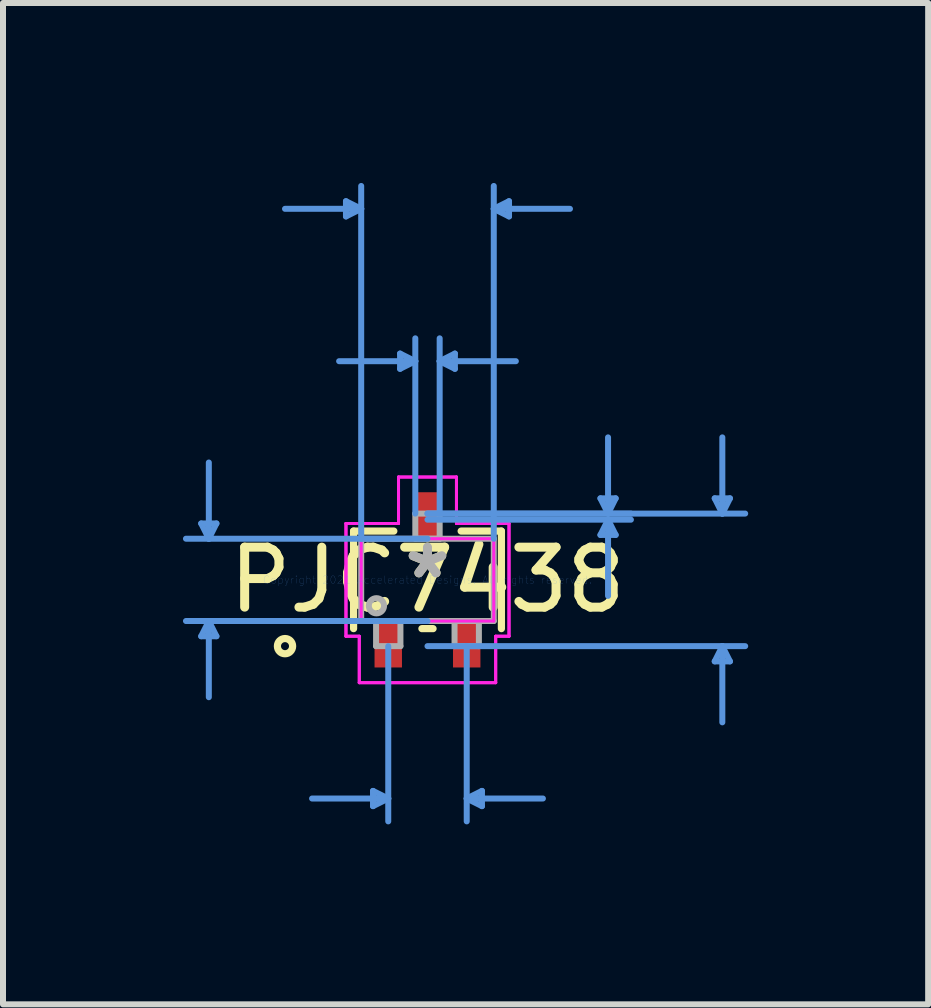
<source format=kicad_pcb>
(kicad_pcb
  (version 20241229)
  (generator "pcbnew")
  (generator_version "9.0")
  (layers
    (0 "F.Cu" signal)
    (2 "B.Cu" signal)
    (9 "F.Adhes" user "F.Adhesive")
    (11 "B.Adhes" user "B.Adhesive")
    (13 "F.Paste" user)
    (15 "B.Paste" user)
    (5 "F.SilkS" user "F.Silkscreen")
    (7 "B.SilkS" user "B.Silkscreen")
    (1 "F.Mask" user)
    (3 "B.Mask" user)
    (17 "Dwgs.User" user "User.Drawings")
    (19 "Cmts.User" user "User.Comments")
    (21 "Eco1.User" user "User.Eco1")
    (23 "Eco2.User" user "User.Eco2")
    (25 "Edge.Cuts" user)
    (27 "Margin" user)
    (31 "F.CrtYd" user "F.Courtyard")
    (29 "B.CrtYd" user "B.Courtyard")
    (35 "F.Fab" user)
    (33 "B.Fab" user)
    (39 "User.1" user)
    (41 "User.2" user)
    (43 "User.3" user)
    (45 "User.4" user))
  (footprint "PJC7438"
    (layer "F.Cu")
    (at 4.076 6.616)
    (property "Reference" "PJC7438" (at 0 0 0) (layer "F.SilkS") (effects (font (size 1 1) (thickness 0.15))))
    (attr through_hole)
    (fp_line (start -1.232 -0.813) (end -1.232 0.813) (stroke (width 0.12) (type solid)) (layer "F.SilkS"))
    (fp_line (start -0.561 -0.813) (end -1.232 -0.813) (stroke (width 0.12) (type solid)) (layer "F.SilkS"))
    (fp_line (start -0.093 0.813) (end 0.093 0.813) (stroke (width 0.12) (type solid)) (layer "F.SilkS"))
    (fp_line (start 1.232 -0.813) (end 0.561 -0.813) (stroke (width 0.12) (type solid)) (layer "F.SilkS"))
    (fp_line (start 1.232 0.813) (end 1.232 -0.813) (stroke (width 0.12) (type solid)) (layer "F.SilkS"))
    (fp_circle (center -2.375 1.105) (end -2.248 1.105) (stroke (width 0.12) (type solid)) (fill no) (layer "F.SilkS"))
    (fp_line (start -3.772 -0.94) (end -3.518 -0.94) (stroke (width 0.1) (type solid)) (layer "Cmts.User"))
    (fp_line (start -3.772 0.94) (end -3.518 0.94) (stroke (width 0.1) (type solid)) (layer "Cmts.User"))
    (fp_line (start -3.645 -0.686) (end -3.772 -0.94) (stroke (width 0.1) (type solid)) (layer "Cmts.User"))
    (fp_line (start -3.645 -0.686) (end -3.645 -1.956) (stroke (width 0.1) (type solid)) (layer "Cmts.User"))
    (fp_line (start -3.645 -0.686) (end -3.518 -0.94) (stroke (width 0.1) (type solid)) (layer "Cmts.User"))
    (fp_line (start -3.645 0.686) (end -3.772 0.94) (stroke (width 0.1) (type solid)) (layer "Cmts.User"))
    (fp_line (start -3.645 0.686) (end -3.645 1.956) (stroke (width 0.1) (type solid)) (layer "Cmts.User"))
    (fp_line (start -3.645 0.686) (end -3.518 0.94) (stroke (width 0.1) (type solid)) (layer "Cmts.User"))
    (fp_line (start -1.359 -6.312) (end -1.359 -6.058) (stroke (width 0.1) (type solid)) (layer "Cmts.User"))
    (fp_line (start -1.105 -6.185) (end -2.375 -6.185) (stroke (width 0.1) (type solid)) (layer "Cmts.User"))
    (fp_line (start -1.105 -6.185) (end -1.359 -6.312) (stroke (width 0.1) (type solid)) (layer "Cmts.User"))
    (fp_line (start -1.105 -6.185) (end -1.359 -6.058) (stroke (width 0.1) (type solid)) (layer "Cmts.User"))
    (fp_line (start -1.105 -0.686) (end -1.105 -6.566) (stroke (width 0.1) (type solid)) (layer "Cmts.User"))
    (fp_line (start -0.908 3.518) (end -0.908 3.772) (stroke (width 0.1) (type solid)) (layer "Cmts.User"))
    (fp_line (start -0.654 1.105) (end -0.654 4.026) (stroke (width 0.1) (type solid)) (layer "Cmts.User"))
    (fp_line (start -0.654 3.645) (end -1.924 3.645) (stroke (width 0.1) (type solid)) (layer "Cmts.User"))
    (fp_line (start -0.654 3.645) (end -0.908 3.518) (stroke (width 0.1) (type solid)) (layer "Cmts.User"))
    (fp_line (start -0.654 3.645) (end -0.908 3.772) (stroke (width 0.1) (type solid)) (layer "Cmts.User"))
    (fp_line (start -0.457 -3.772) (end -0.457 -3.518) (stroke (width 0.1) (type solid)) (layer "Cmts.User"))
    (fp_line (start -0.203 -3.645) (end -1.473 -3.645) (stroke (width 0.1) (type solid)) (layer "Cmts.User"))
    (fp_line (start -0.203 -3.645) (end -0.457 -3.772) (stroke (width 0.1) (type solid)) (layer "Cmts.User"))
    (fp_line (start -0.203 -3.645) (end -0.457 -3.518) (stroke (width 0.1) (type solid)) (layer "Cmts.User"))
    (fp_line (start -0.203 -1.105) (end -0.203 -4.026) (stroke (width 0.1) (type solid)) (layer "Cmts.User"))
    (fp_line (start 0 -1.105) (end 3.391 -1.105) (stroke (width 0.1) (type solid)) (layer "Cmts.User"))
    (fp_line (start 0 -1.105) (end 5.296 -1.105) (stroke (width 0.1) (type solid)) (layer "Cmts.User"))
    (fp_line (start 0 -1.003) (end 3.391 -1.003) (stroke (width 0.1) (type solid)) (layer "Cmts.User"))
    (fp_line (start 0 -0.686) (end -4.026 -0.686) (stroke (width 0.1) (type solid)) (layer "Cmts.User"))
    (fp_line (start 0 0.686) (end -4.026 0.686) (stroke (width 0.1) (type solid)) (layer "Cmts.User"))
    (fp_line (start 0 1.105) (end 5.296 1.105) (stroke (width 0.1) (type solid)) (layer "Cmts.User"))
    (fp_line (start 0.203 -3.645) (end 0.457 -3.772) (stroke (width 0.1) (type solid)) (layer "Cmts.User"))
    (fp_line (start 0.203 -3.645) (end 0.457 -3.518) (stroke (width 0.1) (type solid)) (layer "Cmts.User"))
    (fp_line (start 0.203 -3.645) (end 1.473 -3.645) (stroke (width 0.1) (type solid)) (layer "Cmts.User"))
    (fp_line (start 0.203 -1.105) (end 0.203 -4.026) (stroke (width 0.1) (type solid)) (layer "Cmts.User"))
    (fp_line (start 0.457 -3.772) (end 0.457 -3.518) (stroke (width 0.1) (type solid)) (layer "Cmts.User"))
    (fp_line (start 0.654 1.105) (end 0.654 4.026) (stroke (width 0.1) (type solid)) (layer "Cmts.User"))
    (fp_line (start 0.654 3.645) (end 0.908 3.518) (stroke (width 0.1) (type solid)) (layer "Cmts.User"))
    (fp_line (start 0.654 3.645) (end 0.908 3.772) (stroke (width 0.1) (type solid)) (layer "Cmts.User"))
    (fp_line (start 0.654 3.645) (end 1.924 3.645) (stroke (width 0.1) (type solid)) (layer "Cmts.User"))
    (fp_line (start 0.908 3.518) (end 0.908 3.772) (stroke (width 0.1) (type solid)) (layer "Cmts.User"))
    (fp_line (start 1.105 -6.185) (end 1.359 -6.312) (stroke (width 0.1) (type solid)) (layer "Cmts.User"))
    (fp_line (start 1.105 -6.185) (end 1.359 -6.058) (stroke (width 0.1) (type solid)) (layer "Cmts.User"))
    (fp_line (start 1.105 -6.185) (end 2.375 -6.185) (stroke (width 0.1) (type solid)) (layer "Cmts.User"))
    (fp_line (start 1.105 -0.686) (end 1.105 -6.566) (stroke (width 0.1) (type solid)) (layer "Cmts.User"))
    (fp_line (start 1.359 -6.312) (end 1.359 -6.058) (stroke (width 0.1) (type solid)) (layer "Cmts.User"))
    (fp_line (start 2.883 -1.359) (end 3.137 -1.359) (stroke (width 0.1) (type solid)) (layer "Cmts.User"))
    (fp_line (start 2.883 -0.749) (end 3.137 -0.749) (stroke (width 0.1) (type solid)) (layer "Cmts.User"))
    (fp_line (start 3.01 -1.105) (end 2.883 -1.359) (stroke (width 0.1) (type solid)) (layer "Cmts.User"))
    (fp_line (start 3.01 -1.105) (end 3.01 -2.375) (stroke (width 0.1) (type solid)) (layer "Cmts.User"))
    (fp_line (start 3.01 -1.105) (end 3.137 -1.359) (stroke (width 0.1) (type solid)) (layer "Cmts.User"))
    (fp_line (start 3.01 -1.003) (end 2.883 -0.749) (stroke (width 0.1) (type solid)) (layer "Cmts.User"))
    (fp_line (start 3.01 -1.003) (end 3.01 0.267) (stroke (width 0.1) (type solid)) (layer "Cmts.User"))
    (fp_line (start 3.01 -1.003) (end 3.137 -0.749) (stroke (width 0.1) (type solid)) (layer "Cmts.User"))
    (fp_line (start 4.788 -1.359) (end 5.042 -1.359) (stroke (width 0.1) (type solid)) (layer "Cmts.User"))
    (fp_line (start 4.788 1.359) (end 5.042 1.359) (stroke (width 0.1) (type solid)) (layer "Cmts.User"))
    (fp_line (start 4.915 -1.105) (end 4.788 -1.359) (stroke (width 0.1) (type solid)) (layer "Cmts.User"))
    (fp_line (start 4.915 -1.105) (end 4.915 -2.375) (stroke (width 0.1) (type solid)) (layer "Cmts.User"))
    (fp_line (start 4.915 -1.105) (end 5.042 -1.359) (stroke (width 0.1) (type solid)) (layer "Cmts.User"))
    (fp_line (start 4.915 1.105) (end 4.788 1.359) (stroke (width 0.1) (type solid)) (layer "Cmts.User"))
    (fp_line (start 4.915 1.105) (end 4.915 2.375) (stroke (width 0.1) (type solid)) (layer "Cmts.User"))
    (fp_line (start 4.915 1.105) (end 5.042 1.359) (stroke (width 0.1) (type solid)) (layer "Cmts.User"))
    (fp_line (start -1.359 -0.94) (end -0.483 -0.94) (stroke (width 0.05) (type solid)) (layer "F.CrtYd"))
    (fp_line (start -1.359 -0.94) (end -0.483 -0.94) (stroke (width 0.05) (type solid)) (layer "F.CrtYd"))
    (fp_line (start -1.359 0.94) (end -1.359 -0.94) (stroke (width 0.05) (type solid)) (layer "F.CrtYd"))
    (fp_line (start -1.359 0.94) (end -1.359 -0.94) (stroke (width 0.05) (type solid)) (layer "F.CrtYd"))
    (fp_line (start -1.359 0.94) (end -1.137 0.94) (stroke (width 0.05) (type solid)) (layer "F.CrtYd"))
    (fp_line (start -1.137 0.94) (end -1.359 0.94) (stroke (width 0.05) (type solid)) (layer "F.CrtYd"))
    (fp_line (start -1.137 0.94) (end -1.137 1.714) (stroke (width 0.05) (type solid)) (layer "F.CrtYd"))
    (fp_line (start -1.137 1.714) (end -1.137 0.94) (stroke (width 0.05) (type solid)) (layer "F.CrtYd"))
    (fp_line (start -1.137 1.714) (end 1.137 1.714) (stroke (width 0.05) (type solid)) (layer "F.CrtYd"))
    (fp_line (start -1.105 -0.686) (end 1.105 -0.686) (stroke (width 0.05) (type solid)) (layer "F.CrtYd"))
    (fp_line (start -1.105 0.686) (end -1.105 -0.686) (stroke (width 0.05) (type solid)) (layer "F.CrtYd"))
    (fp_line (start -0.483 -1.714) (end 0.483 -1.714) (stroke (width 0.05) (type solid)) (layer "F.CrtYd"))
    (fp_line (start -0.483 -1.714) (end 0.483 -1.714) (stroke (width 0.05) (type solid)) (layer "F.CrtYd"))
    (fp_line (start -0.483 -0.94) (end -0.483 -1.714) (stroke (width 0.05) (type solid)) (layer "F.CrtYd"))
    (fp_line (start -0.483 -0.94) (end -0.483 -1.714) (stroke (width 0.05) (type solid)) (layer "F.CrtYd"))
    (fp_line (start 0.483 -1.714) (end 0.483 -0.94) (stroke (width 0.05) (type solid)) (layer "F.CrtYd"))
    (fp_line (start 0.483 -0.94) (end 0.483 -1.714) (stroke (width 0.05) (type solid)) (layer "F.CrtYd"))
    (fp_line (start 0.483 -0.94) (end 1.359 -0.94) (stroke (width 0.05) (type solid)) (layer "F.CrtYd"))
    (fp_line (start 1.105 -0.686) (end 1.105 0.686) (stroke (width 0.05) (type solid)) (layer "F.CrtYd"))
    (fp_line (start 1.105 0.686) (end -1.105 0.686) (stroke (width 0.05) (type solid)) (layer "F.CrtYd"))
    (fp_line (start 1.137 0.94) (end 1.137 1.714) (stroke (width 0.05) (type solid)) (layer "F.CrtYd"))
    (fp_line (start 1.137 0.94) (end 1.137 1.714) (stroke (width 0.05) (type solid)) (layer "F.CrtYd"))
    (fp_line (start 1.137 1.714) (end -1.137 1.714) (stroke (width 0.05) (type solid)) (layer "F.CrtYd"))
    (fp_line (start 1.359 -0.94) (end 0.483 -0.94) (stroke (width 0.05) (type solid)) (layer "F.CrtYd"))
    (fp_line (start 1.359 -0.94) (end 1.359 0.94) (stroke (width 0.05) (type solid)) (layer "F.CrtYd"))
    (fp_line (start 1.359 -0.94) (end 1.359 0.94) (stroke (width 0.05) (type solid)) (layer "F.CrtYd"))
    (fp_line (start 1.359 0.94) (end 1.137 0.94) (stroke (width 0.05) (type solid)) (layer "F.CrtYd"))
    (fp_line (start 1.359 0.94) (end 1.137 0.94) (stroke (width 0.05) (type solid)) (layer "F.CrtYd"))
    (fp_line (start -1.105 -0.686) (end -1.105 0.686) (stroke (width 0.1) (type solid)) (layer "F.Fab"))
    (fp_line (start -1.105 0.686) (end 1.105 0.686) (stroke (width 0.1) (type solid)) (layer "F.Fab"))
    (fp_line (start -0.857 0.686) (end -0.857 1.105) (stroke (width 0.1) (type solid)) (layer "F.Fab"))
    (fp_line (start -0.857 1.105) (end -0.451 1.105) (stroke (width 0.1) (type solid)) (layer "F.Fab"))
    (fp_line (start -0.451 0.686) (end -0.857 0.686) (stroke (width 0.1) (type solid)) (layer "F.Fab"))
    (fp_line (start -0.451 1.105) (end -0.451 0.686) (stroke (width 0.1) (type solid)) (layer "F.Fab"))
    (fp_line (start -0.203 -1.105) (end -0.203 -0.686) (stroke (width 0.1) (type solid)) (layer "F.Fab"))
    (fp_line (start -0.203 -0.686) (end 0.203 -0.686) (stroke (width 0.1) (type solid)) (layer "F.Fab"))
    (fp_line (start 0.203 -1.105) (end -0.203 -1.105) (stroke (width 0.1) (type solid)) (layer "F.Fab"))
    (fp_line (start 0.203 -0.686) (end 0.203 -1.105) (stroke (width 0.1) (type solid)) (layer "F.Fab"))
    (fp_line (start 0.451 0.686) (end 0.451 1.105) (stroke (width 0.1) (type solid)) (layer "F.Fab"))
    (fp_line (start 0.451 1.105) (end 0.857 1.105) (stroke (width 0.1) (type solid)) (layer "F.Fab"))
    (fp_line (start 0.857 0.686) (end 0.451 0.686) (stroke (width 0.1) (type solid)) (layer "F.Fab"))
    (fp_line (start 0.857 1.105) (end 0.857 0.686) (stroke (width 0.1) (type solid)) (layer "F.Fab"))
    (fp_line (start 1.105 -0.686) (end -1.105 -0.686) (stroke (width 0.1) (type solid)) (layer "F.Fab"))
    (fp_line (start 1.105 0.686) (end 1.105 -0.686) (stroke (width 0.1) (type solid)) (layer "F.Fab"))
    (fp_circle (center -0.851 0.432) (end -0.724 0.432) (stroke (width 0.1) (type solid)) (fill no) (layer "F.Fab"))
    (fp_text user "*" (at 0 0 0) (layer "F.SilkS") (effects (font (size 1 1) (thickness 0.15))))
    (fp_text user "Copyright 2021 Accelerated Designs. All rights reserved." (at 0 0 0) (layer "Cmts.User") (effects (font (size 0.127 0.127) (thickness 0.002))))
    (fp_text user "*" (at 0 0 0) (layer "F.Fab") (effects (font (size 1 1) (thickness 0.15))))
    (pad "1" smd rect (at -0.654 1.054) (size 0.457 0.813) (layers "F.Cu" "F.Mask" "F.Paste"))
    (pad "2" smd rect (at 0.654 1.054) (size 0.457 0.813) (layers "F.Cu" "F.Mask" "F.Paste"))
    (pad "3" smd rect (at 0 -1.054) (size 0.457 0.813) (layers "F.Cu" "F.Mask" "F.Paste")))
  (gr_rect
    (start -3 -3)
    (end 12.422 13.692)
    (stroke (width 0.1) (type default))
    (fill no)
    (layer "Edge.Cuts")))
</source>
